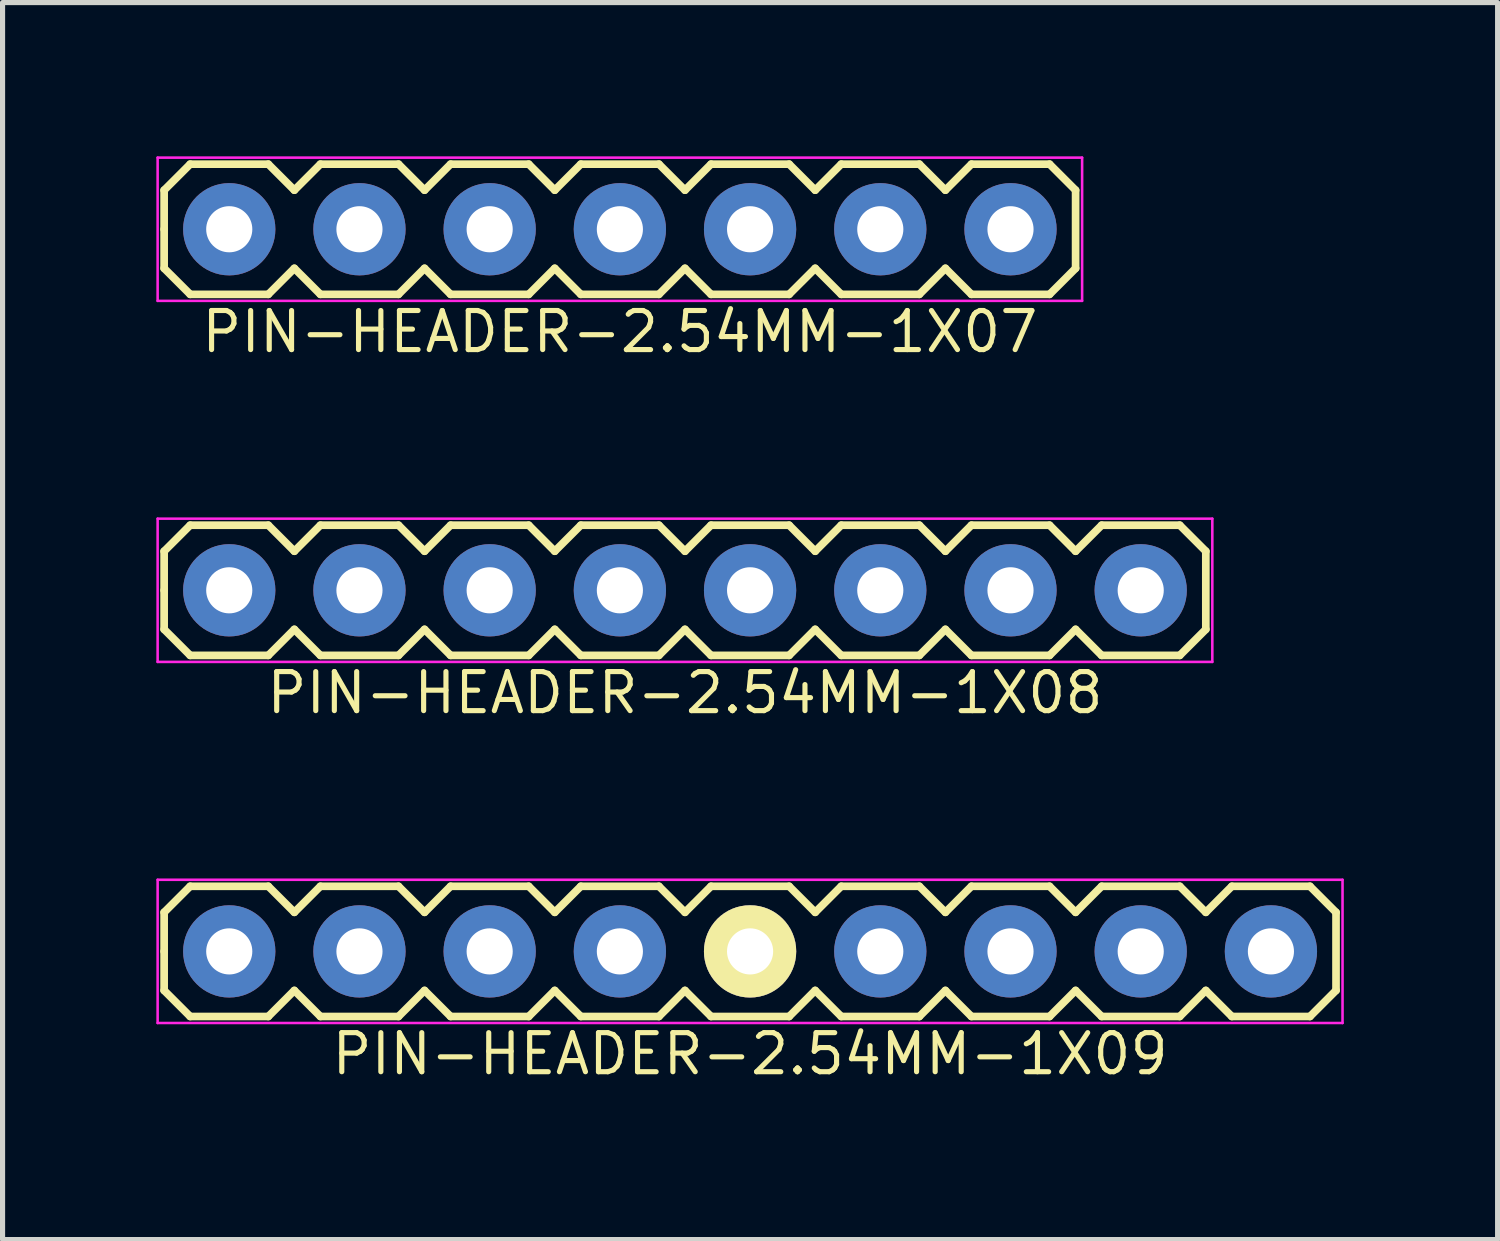
<source format=kicad_pcb>
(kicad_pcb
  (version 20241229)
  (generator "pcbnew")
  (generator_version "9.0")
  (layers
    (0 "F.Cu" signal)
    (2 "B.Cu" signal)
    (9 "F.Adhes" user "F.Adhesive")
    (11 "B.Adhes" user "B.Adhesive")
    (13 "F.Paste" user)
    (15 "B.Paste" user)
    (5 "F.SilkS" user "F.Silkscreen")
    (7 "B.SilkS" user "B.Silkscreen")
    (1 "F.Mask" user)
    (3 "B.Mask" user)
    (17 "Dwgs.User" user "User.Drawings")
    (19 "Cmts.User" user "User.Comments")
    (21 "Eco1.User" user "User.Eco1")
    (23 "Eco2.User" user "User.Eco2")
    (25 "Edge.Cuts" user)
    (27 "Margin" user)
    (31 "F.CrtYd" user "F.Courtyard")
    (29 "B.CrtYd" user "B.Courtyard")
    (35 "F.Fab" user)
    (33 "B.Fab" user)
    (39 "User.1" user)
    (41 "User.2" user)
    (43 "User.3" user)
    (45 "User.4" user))
  (footprint "PIN-HEADER-2.54MM-1X09"
    (layer "F.Cu")
    (at 11.582 15.509)
    (property "Reference" "PIN-HEADER-2.54MM-1X09" (at 0 2 0) (layer "F.SilkS") (effects (font (size 0.762 0.762) (thickness 0.1))))
    (attr through_hole)
    (fp_line (start -11.43 -0.762) (end -10.922 -1.27) (stroke (width 0.15) (type solid)) (layer "F.SilkS"))
    (fp_line (start -11.43 0) (end -11.43 -0.762) (stroke (width 0.15) (type solid)) (layer "F.SilkS"))
    (fp_line (start -11.43 0.762) (end -11.43 0) (stroke (width 0.15) (type solid)) (layer "F.SilkS"))
    (fp_line (start -10.922 -1.27) (end -9.398 -1.27) (stroke (width 0.15) (type solid)) (layer "F.SilkS"))
    (fp_line (start -10.922 1.27) (end -11.43 0.762) (stroke (width 0.15) (type solid)) (layer "F.SilkS"))
    (fp_line (start -9.398 -1.27) (end -8.89 -0.762) (stroke (width 0.15) (type solid)) (layer "F.SilkS"))
    (fp_line (start -9.398 1.27) (end -10.922 1.27) (stroke (width 0.15) (type solid)) (layer "F.SilkS"))
    (fp_line (start -8.89 -0.762) (end -8.382 -1.27) (stroke (width 0.15) (type solid)) (layer "F.SilkS"))
    (fp_line (start -8.89 0.762) (end -9.398 1.27) (stroke (width 0.15) (type solid)) (layer "F.SilkS"))
    (fp_line (start -8.382 -1.27) (end -6.858 -1.27) (stroke (width 0.15) (type solid)) (layer "F.SilkS"))
    (fp_line (start -8.382 1.27) (end -8.89 0.762) (stroke (width 0.15) (type solid)) (layer "F.SilkS"))
    (fp_line (start -6.858 -1.27) (end -6.35 -0.762) (stroke (width 0.15) (type solid)) (layer "F.SilkS"))
    (fp_line (start -6.858 1.27) (end -8.382 1.27) (stroke (width 0.15) (type solid)) (layer "F.SilkS"))
    (fp_line (start -6.35 -0.762) (end -5.842 -1.27) (stroke (width 0.15) (type solid)) (layer "F.SilkS"))
    (fp_line (start -6.35 0.762) (end -6.858 1.27) (stroke (width 0.15) (type solid)) (layer "F.SilkS"))
    (fp_line (start -5.842 -1.27) (end -4.318 -1.27) (stroke (width 0.15) (type solid)) (layer "F.SilkS"))
    (fp_line (start -5.842 1.27) (end -6.35 0.762) (stroke (width 0.15) (type solid)) (layer "F.SilkS"))
    (fp_line (start -4.318 -1.27) (end -3.81 -0.762) (stroke (width 0.15) (type solid)) (layer "F.SilkS"))
    (fp_line (start -4.318 1.27) (end -5.842 1.27) (stroke (width 0.15) (type solid)) (layer "F.SilkS"))
    (fp_line (start -3.81 -0.762) (end -3.302 -1.27) (stroke (width 0.15) (type solid)) (layer "F.SilkS"))
    (fp_line (start -3.81 0.762) (end -4.318 1.27) (stroke (width 0.15) (type solid)) (layer "F.SilkS"))
    (fp_line (start -3.302 -1.27) (end -1.778 -1.27) (stroke (width 0.15) (type solid)) (layer "F.SilkS"))
    (fp_line (start -3.302 1.27) (end -3.81 0.762) (stroke (width 0.15) (type solid)) (layer "F.SilkS"))
    (fp_line (start -1.778 -1.27) (end -1.27 -0.762) (stroke (width 0.15) (type solid)) (layer "F.SilkS"))
    (fp_line (start -1.778 1.27) (end -3.302 1.27) (stroke (width 0.15) (type solid)) (layer "F.SilkS"))
    (fp_line (start -1.27 -0.762) (end -0.762 -1.27) (stroke (width 0.15) (type solid)) (layer "F.SilkS"))
    (fp_line (start -1.27 0.762) (end -1.778 1.27) (stroke (width 0.15) (type solid)) (layer "F.SilkS"))
    (fp_line (start -0.762 -1.27) (end 0.762 -1.27) (stroke (width 0.15) (type solid)) (layer "F.SilkS"))
    (fp_line (start -0.762 1.27) (end -1.27 0.762) (stroke (width 0.15) (type solid)) (layer "F.SilkS"))
    (fp_line (start 0.762 -1.27) (end 1.27 -0.762) (stroke (width 0.15) (type solid)) (layer "F.SilkS"))
    (fp_line (start 0.762 1.27) (end -0.762 1.27) (stroke (width 0.15) (type solid)) (layer "F.SilkS"))
    (fp_line (start 1.27 -0.762) (end 1.778 -1.27) (stroke (width 0.15) (type solid)) (layer "F.SilkS"))
    (fp_line (start 1.27 0.762) (end 0.762 1.27) (stroke (width 0.15) (type solid)) (layer "F.SilkS"))
    (fp_line (start 1.778 -1.27) (end 3.302 -1.27) (stroke (width 0.15) (type solid)) (layer "F.SilkS"))
    (fp_line (start 1.778 1.27) (end 1.27 0.762) (stroke (width 0.15) (type solid)) (layer "F.SilkS"))
    (fp_line (start 3.302 -1.27) (end 3.81 -0.762) (stroke (width 0.15) (type solid)) (layer "F.SilkS"))
    (fp_line (start 3.302 1.27) (end 1.778 1.27) (stroke (width 0.15) (type solid)) (layer "F.SilkS"))
    (fp_line (start 3.81 -0.762) (end 4.318 -1.27) (stroke (width 0.15) (type solid)) (layer "F.SilkS"))
    (fp_line (start 3.81 0.762) (end 3.302 1.27) (stroke (width 0.15) (type solid)) (layer "F.SilkS"))
    (fp_line (start 4.318 -1.27) (end 5.842 -1.27) (stroke (width 0.15) (type solid)) (layer "F.SilkS"))
    (fp_line (start 4.318 1.27) (end 3.81 0.762) (stroke (width 0.15) (type solid)) (layer "F.SilkS"))
    (fp_line (start 5.842 -1.27) (end 6.35 -0.762) (stroke (width 0.15) (type solid)) (layer "F.SilkS"))
    (fp_line (start 5.842 1.27) (end 4.318 1.27) (stroke (width 0.15) (type solid)) (layer "F.SilkS"))
    (fp_line (start 6.35 -0.762) (end 6.858 -1.27) (stroke (width 0.15) (type solid)) (layer "F.SilkS"))
    (fp_line (start 6.35 0.762) (end 5.842 1.27) (stroke (width 0.15) (type solid)) (layer "F.SilkS"))
    (fp_line (start 6.858 -1.27) (end 8.382 -1.27) (stroke (width 0.15) (type solid)) (layer "F.SilkS"))
    (fp_line (start 6.858 1.27) (end 6.35 0.762) (stroke (width 0.15) (type solid)) (layer "F.SilkS"))
    (fp_line (start 8.382 -1.27) (end 8.89 -0.762) (stroke (width 0.15) (type solid)) (layer "F.SilkS"))
    (fp_line (start 8.382 1.27) (end 6.858 1.27) (stroke (width 0.15) (type solid)) (layer "F.SilkS"))
    (fp_line (start 8.89 -0.762) (end 9.398 -1.27) (stroke (width 0.15) (type solid)) (layer "F.SilkS"))
    (fp_line (start 8.89 0.762) (end 8.382 1.27) (stroke (width 0.15) (type solid)) (layer "F.SilkS"))
    (fp_line (start 9.398 -1.27) (end 10.922 -1.27) (stroke (width 0.15) (type solid)) (layer "F.SilkS"))
    (fp_line (start 9.398 1.27) (end 8.89 0.762) (stroke (width 0.15) (type solid)) (layer "F.SilkS"))
    (fp_line (start 10.922 -1.27) (end 11.43 -0.762) (stroke (width 0.15) (type solid)) (layer "F.SilkS"))
    (fp_line (start 10.922 1.27) (end 9.398 1.27) (stroke (width 0.15) (type solid)) (layer "F.SilkS"))
    (fp_line (start 11.43 -0.762) (end 11.43 0.762) (stroke (width 0.15) (type solid)) (layer "F.SilkS"))
    (fp_line (start 11.43 0.762) (end 10.922 1.27) (stroke (width 0.15) (type solid)) (layer "F.SilkS"))
    (fp_line (start -11.557 -1.397) (end 11.557 -1.397) (stroke (width 0.05) (type solid)) (layer "F.CrtYd"))
    (fp_line (start -11.557 1.397) (end -11.557 -1.397) (stroke (width 0.05) (type solid)) (layer "F.CrtYd"))
    (fp_line (start 11.557 -1.397) (end 11.557 1.397) (stroke (width 0.05) (type solid)) (layer "F.CrtYd"))
    (fp_line (start 11.557 1.397) (end -11.557 1.397) (stroke (width 0.05) (type solid)) (layer "F.CrtYd"))
    (pad "1" thru_hole circle (at -10.16 0) (size 1.8 1.8) (drill 0.9) (layers "*.Cu" "*.Mask"))
    (pad "2" thru_hole circle (at -7.62 0) (size 1.8 1.8) (drill 0.9) (layers "*.Cu" "*.Mask"))
    (pad "3" thru_hole circle (at -5.08 0) (size 1.8 1.8) (drill 0.9) (layers "*.Cu" "*.Mask"))
    (pad "4" thru_hole circle (at -2.54 0) (size 1.8 1.8) (drill 0.9) (layers "*.Cu" "*.Mask"))
    (pad "5" thru_hole circle (at 0 0) (size 1.8 1.8) (drill 0.9) (layers "*.Cu" "*.Mask" "F.SilkS"))
    (pad "6" thru_hole circle (at 2.54 0) (size 1.8 1.8) (drill 0.9) (layers "*.Cu" "*.Mask"))
    (pad "7" thru_hole circle (at 5.08 0) (size 1.8 1.8) (drill 0.9) (layers "*.Cu" "*.Mask"))
    (pad "8" thru_hole circle (at 7.62 0) (size 1.8 1.8) (drill 0.9) (layers "*.Cu" "*.Mask"))
    (pad "9" thru_hole circle (at 10.16 0) (size 1.8 1.8) (drill 0.9) (layers "*.Cu" "*.Mask")))
  (footprint "PIN-HEADER-2.54MM-1X08"
    (layer "F.Cu")
    (at 10.312 8.465)
    (property "Reference" "PIN-HEADER-2.54MM-1X08" (at 0 2 0) (layer "F.SilkS") (effects (font (size 0.762 0.762) (thickness 0.1))))
    (attr through_hole)
    (fp_line (start -10.16 -0.762) (end -9.652 -1.27) (stroke (width 0.15) (type solid)) (layer "F.SilkS"))
    (fp_line (start -10.16 0) (end -10.16 -0.762) (stroke (width 0.15) (type solid)) (layer "F.SilkS"))
    (fp_line (start -10.16 0.762) (end -10.16 0) (stroke (width 0.15) (type solid)) (layer "F.SilkS"))
    (fp_line (start -10.16 0.762) (end -9.652 1.27) (stroke (width 0.15) (type solid)) (layer "F.SilkS"))
    (fp_line (start -9.652 -1.27) (end -8.128 -1.27) (stroke (width 0.15) (type solid)) (layer "F.SilkS"))
    (fp_line (start -9.652 1.27) (end -8.128 1.27) (stroke (width 0.15) (type solid)) (layer "F.SilkS"))
    (fp_line (start -8.128 -1.27) (end -7.62 -0.762) (stroke (width 0.15) (type solid)) (layer "F.SilkS"))
    (fp_line (start -8.128 1.27) (end -7.62 0.762) (stroke (width 0.15) (type solid)) (layer "F.SilkS"))
    (fp_line (start -7.62 -0.762) (end -7.112 -1.27) (stroke (width 0.15) (type solid)) (layer "F.SilkS"))
    (fp_line (start -7.62 0.762) (end -7.112 1.27) (stroke (width 0.15) (type solid)) (layer "F.SilkS"))
    (fp_line (start -7.112 -1.27) (end -5.588 -1.27) (stroke (width 0.15) (type solid)) (layer "F.SilkS"))
    (fp_line (start -7.112 1.27) (end -5.588 1.27) (stroke (width 0.15) (type solid)) (layer "F.SilkS"))
    (fp_line (start -5.588 -1.27) (end -5.08 -0.762) (stroke (width 0.15) (type solid)) (layer "F.SilkS"))
    (fp_line (start -5.588 1.27) (end -5.08 0.762) (stroke (width 0.15) (type solid)) (layer "F.SilkS"))
    (fp_line (start -5.08 -0.762) (end -4.572 -1.27) (stroke (width 0.15) (type solid)) (layer "F.SilkS"))
    (fp_line (start -5.08 0.762) (end -4.572 1.27) (stroke (width 0.15) (type solid)) (layer "F.SilkS"))
    (fp_line (start -4.572 -1.27) (end -3.048 -1.27) (stroke (width 0.15) (type solid)) (layer "F.SilkS"))
    (fp_line (start -4.572 1.27) (end -3.048 1.27) (stroke (width 0.15) (type solid)) (layer "F.SilkS"))
    (fp_line (start -3.048 -1.27) (end -2.54 -0.762) (stroke (width 0.15) (type solid)) (layer "F.SilkS"))
    (fp_line (start -3.048 1.27) (end -2.54 0.762) (stroke (width 0.15) (type solid)) (layer "F.SilkS"))
    (fp_line (start -2.54 -0.762) (end -2.032 -1.27) (stroke (width 0.15) (type solid)) (layer "F.SilkS"))
    (fp_line (start -2.54 0.762) (end -2.032 1.27) (stroke (width 0.15) (type solid)) (layer "F.SilkS"))
    (fp_line (start -2.032 -1.27) (end -0.508 -1.27) (stroke (width 0.15) (type solid)) (layer "F.SilkS"))
    (fp_line (start -2.032 1.27) (end -0.508 1.27) (stroke (width 0.15) (type solid)) (layer "F.SilkS"))
    (fp_line (start -0.508 -1.27) (end 0 -0.762) (stroke (width 0.15) (type solid)) (layer "F.SilkS"))
    (fp_line (start -0.508 1.27) (end 0 0.762) (stroke (width 0.15) (type solid)) (layer "F.SilkS"))
    (fp_line (start 0 -0.762) (end 0.508 -1.27) (stroke (width 0.15) (type solid)) (layer "F.SilkS"))
    (fp_line (start 0 0.762) (end 0.508 1.27) (stroke (width 0.15) (type solid)) (layer "F.SilkS"))
    (fp_line (start 0.508 -1.27) (end 2.032 -1.27) (stroke (width 0.15) (type solid)) (layer "F.SilkS"))
    (fp_line (start 0.508 1.27) (end 2.032 1.27) (stroke (width 0.15) (type solid)) (layer "F.SilkS"))
    (fp_line (start 2.032 -1.27) (end 2.54 -0.762) (stroke (width 0.15) (type solid)) (layer "F.SilkS"))
    (fp_line (start 2.032 1.27) (end 2.54 0.762) (stroke (width 0.15) (type solid)) (layer "F.SilkS"))
    (fp_line (start 2.54 -0.762) (end 3.048 -1.27) (stroke (width 0.15) (type solid)) (layer "F.SilkS"))
    (fp_line (start 2.54 0.762) (end 3.048 1.27) (stroke (width 0.15) (type solid)) (layer "F.SilkS"))
    (fp_line (start 3.048 -1.27) (end 4.572 -1.27) (stroke (width 0.15) (type solid)) (layer "F.SilkS"))
    (fp_line (start 3.048 1.27) (end 4.572 1.27) (stroke (width 0.15) (type solid)) (layer "F.SilkS"))
    (fp_line (start 4.572 -1.27) (end 5.08 -0.762) (stroke (width 0.15) (type solid)) (layer "F.SilkS"))
    (fp_line (start 4.572 1.27) (end 5.08 0.762) (stroke (width 0.15) (type solid)) (layer "F.SilkS"))
    (fp_line (start 5.08 -0.762) (end 5.588 -1.27) (stroke (width 0.15) (type solid)) (layer "F.SilkS"))
    (fp_line (start 5.08 0.762) (end 5.588 1.27) (stroke (width 0.15) (type solid)) (layer "F.SilkS"))
    (fp_line (start 5.588 -1.27) (end 7.112 -1.27) (stroke (width 0.15) (type solid)) (layer "F.SilkS"))
    (fp_line (start 5.588 1.27) (end 7.112 1.27) (stroke (width 0.15) (type solid)) (layer "F.SilkS"))
    (fp_line (start 7.112 -1.27) (end 7.62 -0.762) (stroke (width 0.15) (type solid)) (layer "F.SilkS"))
    (fp_line (start 7.112 1.27) (end 7.62 0.762) (stroke (width 0.15) (type solid)) (layer "F.SilkS"))
    (fp_line (start 7.62 -0.762) (end 8.128 -1.27) (stroke (width 0.15) (type solid)) (layer "F.SilkS"))
    (fp_line (start 7.62 0.762) (end 8.128 1.27) (stroke (width 0.15) (type solid)) (layer "F.SilkS"))
    (fp_line (start 8.128 -1.27) (end 9.652 -1.27) (stroke (width 0.15) (type solid)) (layer "F.SilkS"))
    (fp_line (start 8.128 1.27) (end 9.652 1.27) (stroke (width 0.15) (type solid)) (layer "F.SilkS"))
    (fp_line (start 9.652 -1.27) (end 10.16 -0.762) (stroke (width 0.15) (type solid)) (layer "F.SilkS"))
    (fp_line (start 9.652 1.27) (end 10.16 0.762) (stroke (width 0.15) (type solid)) (layer "F.SilkS"))
    (fp_line (start 10.16 -0.762) (end 10.16 0.762) (stroke (width 0.15) (type solid)) (layer "F.SilkS"))
    (fp_line (start -10.287 -1.397) (end 10.287 -1.397) (stroke (width 0.05) (type solid)) (layer "F.CrtYd"))
    (fp_line (start -10.287 1.397) (end -10.287 -1.397) (stroke (width 0.05) (type solid)) (layer "F.CrtYd"))
    (fp_line (start 10.287 -1.397) (end 10.287 1.397) (stroke (width 0.05) (type solid)) (layer "F.CrtYd"))
    (fp_line (start 10.287 1.397) (end -10.287 1.397) (stroke (width 0.05) (type solid)) (layer "F.CrtYd"))
    (pad "1" thru_hole circle (at -8.89 0) (size 1.8 1.8) (drill 0.9) (layers "*.Cu" "*.Mask"))
    (pad "2" thru_hole circle (at -6.35 0) (size 1.8 1.8) (drill 0.9) (layers "*.Cu" "*.Mask"))
    (pad "3" thru_hole circle (at -3.81 0) (size 1.8 1.8) (drill 0.9) (layers "*.Cu" "*.Mask"))
    (pad "4" thru_hole circle (at -1.27 0) (size 1.8 1.8) (drill 0.9) (layers "*.Cu" "*.Mask"))
    (pad "5" thru_hole circle (at 1.27 0) (size 1.8 1.8) (drill 0.9) (layers "*.Cu" "*.Mask"))
    (pad "6" thru_hole circle (at 3.81 0) (size 1.8 1.8) (drill 0.9) (layers "*.Cu" "*.Mask"))
    (pad "7" thru_hole circle (at 6.35 0) (size 1.8 1.8) (drill 0.9) (layers "*.Cu" "*.Mask"))
    (pad "8" thru_hole circle (at 8.89 0) (size 1.8 1.8) (drill 0.9) (layers "*.Cu" "*.Mask")))
  (footprint "PIN-HEADER-2.54MM-1X07"
    (layer "F.Cu")
    (at 9.042 1.422)
    (property "Reference" "PIN-HEADER-2.54MM-1X07" (at 0 2 0) (layer "F.SilkS") (effects (font (size 0.762 0.762) (thickness 0.1))))
    (attr through_hole)
    (fp_line (start -8.89 -0.762) (end -8.382 -1.27) (stroke (width 0.15) (type solid)) (layer "F.SilkS"))
    (fp_line (start -8.89 0) (end -8.89 -0.762) (stroke (width 0.15) (type solid)) (layer "F.SilkS"))
    (fp_line (start -8.89 0.762) (end -8.89 0) (stroke (width 0.15) (type solid)) (layer "F.SilkS"))
    (fp_line (start -8.382 -1.27) (end -6.858 -1.27) (stroke (width 0.15) (type solid)) (layer "F.SilkS"))
    (fp_line (start -8.382 1.27) (end -8.89 0.762) (stroke (width 0.15) (type solid)) (layer "F.SilkS"))
    (fp_line (start -6.858 -1.27) (end -6.35 -0.762) (stroke (width 0.15) (type solid)) (layer "F.SilkS"))
    (fp_line (start -6.858 1.27) (end -8.382 1.27) (stroke (width 0.15) (type solid)) (layer "F.SilkS"))
    (fp_line (start -6.35 -0.762) (end -5.842 -1.27) (stroke (width 0.15) (type solid)) (layer "F.SilkS"))
    (fp_line (start -6.35 0.762) (end -6.858 1.27) (stroke (width 0.15) (type solid)) (layer "F.SilkS"))
    (fp_line (start -5.842 -1.27) (end -4.318 -1.27) (stroke (width 0.15) (type solid)) (layer "F.SilkS"))
    (fp_line (start -5.842 1.27) (end -6.35 0.762) (stroke (width 0.15) (type solid)) (layer "F.SilkS"))
    (fp_line (start -4.318 -1.27) (end -3.81 -0.762) (stroke (width 0.15) (type solid)) (layer "F.SilkS"))
    (fp_line (start -4.318 1.27) (end -5.842 1.27) (stroke (width 0.15) (type solid)) (layer "F.SilkS"))
    (fp_line (start -3.81 -0.762) (end -3.302 -1.27) (stroke (width 0.15) (type solid)) (layer "F.SilkS"))
    (fp_line (start -3.81 0.762) (end -4.318 1.27) (stroke (width 0.15) (type solid)) (layer "F.SilkS"))
    (fp_line (start -3.302 -1.27) (end -1.778 -1.27) (stroke (width 0.15) (type solid)) (layer "F.SilkS"))
    (fp_line (start -3.302 1.27) (end -3.81 0.762) (stroke (width 0.15) (type solid)) (layer "F.SilkS"))
    (fp_line (start -1.778 -1.27) (end -1.27 -0.762) (stroke (width 0.15) (type solid)) (layer "F.SilkS"))
    (fp_line (start -1.778 1.27) (end -3.302 1.27) (stroke (width 0.15) (type solid)) (layer "F.SilkS"))
    (fp_line (start -1.27 -0.762) (end -0.762 -1.27) (stroke (width 0.15) (type solid)) (layer "F.SilkS"))
    (fp_line (start -1.27 0.762) (end -1.778 1.27) (stroke (width 0.15) (type solid)) (layer "F.SilkS"))
    (fp_line (start -0.762 -1.27) (end 0.762 -1.27) (stroke (width 0.15) (type solid)) (layer "F.SilkS"))
    (fp_line (start -0.762 1.27) (end -1.27 0.762) (stroke (width 0.15) (type solid)) (layer "F.SilkS"))
    (fp_line (start 0.762 -1.27) (end 1.27 -0.762) (stroke (width 0.15) (type solid)) (layer "F.SilkS"))
    (fp_line (start 0.762 1.27) (end -0.762 1.27) (stroke (width 0.15) (type solid)) (layer "F.SilkS"))
    (fp_line (start 1.27 -0.762) (end 1.778 -1.27) (stroke (width 0.15) (type solid)) (layer "F.SilkS"))
    (fp_line (start 1.27 0.762) (end 0.762 1.27) (stroke (width 0.15) (type solid)) (layer "F.SilkS"))
    (fp_line (start 1.778 -1.27) (end 3.302 -1.27) (stroke (width 0.15) (type solid)) (layer "F.SilkS"))
    (fp_line (start 1.778 1.27) (end 1.27 0.762) (stroke (width 0.15) (type solid)) (layer "F.SilkS"))
    (fp_line (start 3.302 -1.27) (end 3.81 -0.762) (stroke (width 0.15) (type solid)) (layer "F.SilkS"))
    (fp_line (start 3.302 1.27) (end 1.778 1.27) (stroke (width 0.15) (type solid)) (layer "F.SilkS"))
    (fp_line (start 3.81 -0.762) (end 4.318 -1.27) (stroke (width 0.15) (type solid)) (layer "F.SilkS"))
    (fp_line (start 3.81 0.762) (end 3.302 1.27) (stroke (width 0.15) (type solid)) (layer "F.SilkS"))
    (fp_line (start 4.318 -1.27) (end 5.842 -1.27) (stroke (width 0.15) (type solid)) (layer "F.SilkS"))
    (fp_line (start 4.318 1.27) (end 3.81 0.762) (stroke (width 0.15) (type solid)) (layer "F.SilkS"))
    (fp_line (start 5.842 -1.27) (end 6.35 -0.762) (stroke (width 0.15) (type solid)) (layer "F.SilkS"))
    (fp_line (start 5.842 1.27) (end 4.318 1.27) (stroke (width 0.15) (type solid)) (layer "F.SilkS"))
    (fp_line (start 6.35 -0.762) (end 6.858 -1.27) (stroke (width 0.15) (type solid)) (layer "F.SilkS"))
    (fp_line (start 6.35 0.762) (end 5.842 1.27) (stroke (width 0.15) (type solid)) (layer "F.SilkS"))
    (fp_line (start 6.858 -1.27) (end 8.382 -1.27) (stroke (width 0.15) (type solid)) (layer "F.SilkS"))
    (fp_line (start 6.858 1.27) (end 6.35 0.762) (stroke (width 0.15) (type solid)) (layer "F.SilkS"))
    (fp_line (start 8.382 -1.27) (end 8.89 -0.762) (stroke (width 0.15) (type solid)) (layer "F.SilkS"))
    (fp_line (start 8.382 1.27) (end 6.858 1.27) (stroke (width 0.15) (type solid)) (layer "F.SilkS"))
    (fp_line (start 8.89 -0.762) (end 8.89 0.762) (stroke (width 0.15) (type solid)) (layer "F.SilkS"))
    (fp_line (start 8.89 0.762) (end 8.382 1.27) (stroke (width 0.15) (type solid)) (layer "F.SilkS"))
    (fp_line (start -9.017 -1.397) (end 9.017 -1.397) (stroke (width 0.05) (type solid)) (layer "F.CrtYd"))
    (fp_line (start -9.017 1.397) (end -9.017 -1.397) (stroke (width 0.05) (type solid)) (layer "F.CrtYd"))
    (fp_line (start 9.017 -1.397) (end 9.017 1.397) (stroke (width 0.05) (type solid)) (layer "F.CrtYd"))
    (fp_line (start 9.017 1.397) (end -9.017 1.397) (stroke (width 0.05) (type solid)) (layer "F.CrtYd"))
    (pad "1" thru_hole circle (at -7.62 0) (size 1.8 1.8) (drill 0.9) (layers "*.Cu" "*.Mask"))
    (pad "2" thru_hole circle (at -5.08 0) (size 1.8 1.8) (drill 0.9) (layers "*.Cu" "*.Mask"))
    (pad "3" thru_hole circle (at -2.54 0) (size 1.8 1.8) (drill 0.9) (layers "*.Cu" "*.Mask"))
    (pad "4" thru_hole circle (at 0 0) (size 1.8 1.8) (drill 0.9) (layers "*.Cu" "*.Mask"))
    (pad "5" thru_hole circle (at 2.54 0) (size 1.8 1.8) (drill 0.9) (layers "*.Cu" "*.Mask"))
    (pad "6" thru_hole circle (at 5.08 0) (size 1.8 1.8) (drill 0.9) (layers "*.Cu" "*.Mask"))
    (pad "7" thru_hole circle (at 7.62 0) (size 1.8 1.8) (drill 0.9) (layers "*.Cu" "*.Mask")))
  (gr_rect
    (start -3 -3)
    (end 26.164 21.13)
    (stroke (width 0.1) (type default))
    (fill no)
    (layer "Edge.Cuts")))
</source>
